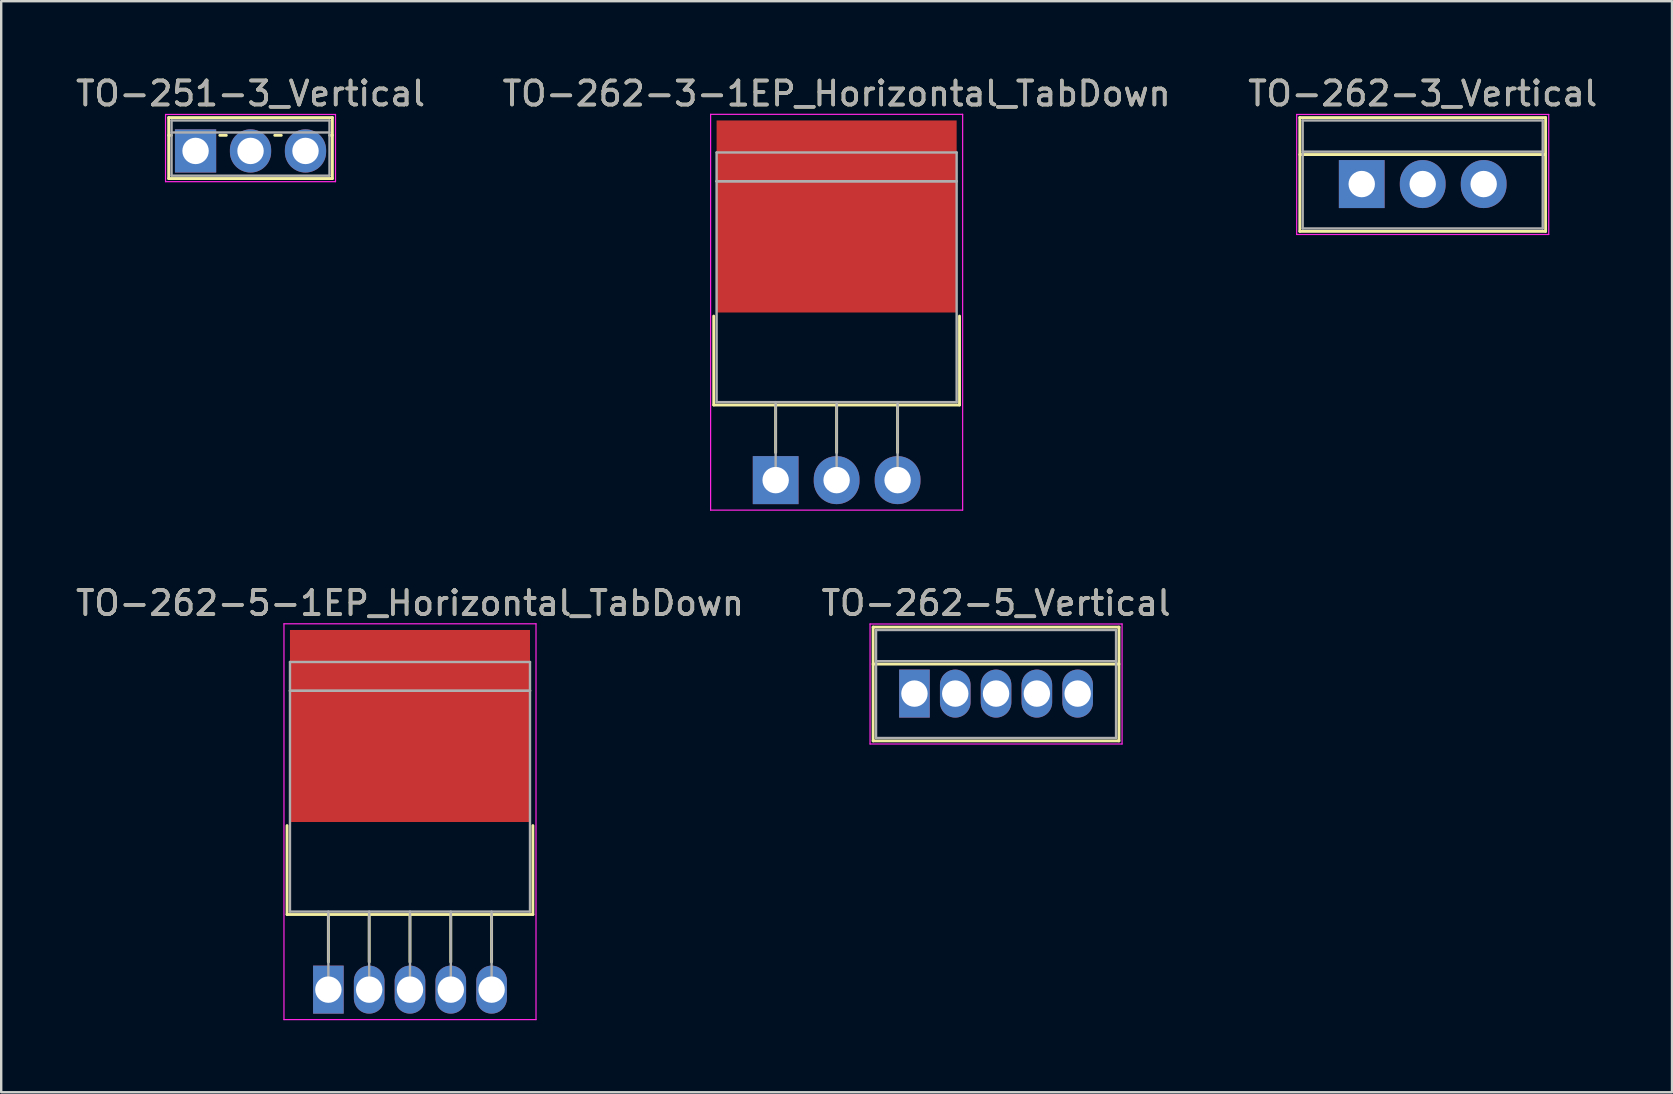
<source format=kicad_pcb>
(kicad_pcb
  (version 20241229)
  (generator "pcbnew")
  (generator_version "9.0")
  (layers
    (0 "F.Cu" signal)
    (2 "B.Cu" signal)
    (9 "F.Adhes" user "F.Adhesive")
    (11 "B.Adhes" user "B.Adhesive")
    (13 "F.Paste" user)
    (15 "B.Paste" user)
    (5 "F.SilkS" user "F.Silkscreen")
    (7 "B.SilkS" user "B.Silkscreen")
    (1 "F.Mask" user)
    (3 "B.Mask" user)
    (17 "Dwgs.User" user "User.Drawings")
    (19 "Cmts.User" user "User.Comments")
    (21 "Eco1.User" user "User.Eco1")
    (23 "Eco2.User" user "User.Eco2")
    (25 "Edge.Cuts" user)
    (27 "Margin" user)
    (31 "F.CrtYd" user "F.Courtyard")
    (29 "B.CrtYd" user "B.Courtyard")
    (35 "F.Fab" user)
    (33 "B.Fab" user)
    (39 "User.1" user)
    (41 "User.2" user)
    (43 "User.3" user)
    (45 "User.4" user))
  (footprint "TO-262-3_Vertical"
    (layer "F.Cu")
    (at 53.68 4.618)
    (property "Reference" "TO-262-3_Vertical" (at 2.54 -3.77 0) (layer "F.SilkS") (effects (font (size 1 1) (thickness 0.15))))
    (attr through_hole)
    (fp_line (start -2.58 -2.77) (end -2.58 1.971) (stroke (width 0.12) (type solid)) (layer "F.SilkS"))
    (fp_line (start -2.58 -2.77) (end 7.66 -2.77) (stroke (width 0.12) (type solid)) (layer "F.SilkS"))
    (fp_line (start -2.58 -1.23) (end 7.66 -1.23) (stroke (width 0.12) (type solid)) (layer "F.SilkS"))
    (fp_line (start -2.58 1.971) (end 7.66 1.971) (stroke (width 0.12) (type solid)) (layer "F.SilkS"))
    (fp_line (start 7.66 -2.77) (end 7.66 1.971) (stroke (width 0.12) (type solid)) (layer "F.SilkS"))
    (fp_line (start -2.71 -2.9) (end -2.71 2.1) (stroke (width 0.05) (type solid)) (layer "F.CrtYd"))
    (fp_line (start -2.71 2.1) (end 7.79 2.1) (stroke (width 0.05) (type solid)) (layer "F.CrtYd"))
    (fp_line (start 7.79 -2.9) (end -2.71 -2.9) (stroke (width 0.05) (type solid)) (layer "F.CrtYd"))
    (fp_line (start 7.79 2.1) (end 7.79 -2.9) (stroke (width 0.05) (type solid)) (layer "F.CrtYd"))
    (fp_line (start -2.46 -2.65) (end -2.46 1.85) (stroke (width 0.1) (type solid)) (layer "F.Fab"))
    (fp_line (start -2.46 -1.35) (end 7.54 -1.35) (stroke (width 0.1) (type solid)) (layer "F.Fab"))
    (fp_line (start -2.46 1.85) (end 7.54 1.85) (stroke (width 0.1) (type solid)) (layer "F.Fab"))
    (fp_line (start 7.54 -2.65) (end -2.46 -2.65) (stroke (width 0.1) (type solid)) (layer "F.Fab"))
    (fp_line (start 7.54 1.85) (end 7.54 -2.65) (stroke (width 0.1) (type solid)) (layer "F.Fab"))
    (fp_text user "${REFERENCE}" (at 2.54 -3.77 0) (layer "F.Fab") (effects (font (size 1 1) (thickness 0.15))))
    (pad "1" thru_hole rect (at 0 0) (size 1.905 2) (drill 1.1) (layers "*.Cu" "*.Mask"))
    (pad "2" thru_hole oval (at 2.54 0) (size 1.905 2) (drill 1.1) (layers "*.Cu" "*.Mask"))
    (pad "3" thru_hole oval (at 5.08 0) (size 1.905 2) (drill 1.1) (layers "*.Cu" "*.Mask")))
  (footprint "TO-262-5-1EP_Horizontal_TabDown"
    (layer "F.Cu")
    (at 10.63 38.178)
    (property "Reference" "TO-262-5-1EP_Horizontal_TabDown" (at 3.4 -16.103 0) (layer "F.SilkS") (effects (font (size 1 1) (thickness 0.15))))
    (attr through_hole)
    (fp_line (start -1.721 -6.834) (end -1.721 -3.13) (stroke (width 0.12) (type solid)) (layer "F.SilkS"))
    (fp_line (start -1.721 -3.13) (end 8.52 -3.13) (stroke (width 0.12) (type solid)) (layer "F.SilkS"))
    (fp_line (start 0 -3.13) (end 0 -1.15) (stroke (width 0.12) (type solid)) (layer "F.SilkS"))
    (fp_line (start 1.7 -3.13) (end 1.7 -1.15) (stroke (width 0.12) (type solid)) (layer "F.SilkS"))
    (fp_line (start 3.4 -3.13) (end 3.4 -1.15) (stroke (width 0.12) (type solid)) (layer "F.SilkS"))
    (fp_line (start 5.1 -3.13) (end 5.1 -1.15) (stroke (width 0.12) (type solid)) (layer "F.SilkS"))
    (fp_line (start 6.8 -3.13) (end 6.8 -1.15) (stroke (width 0.12) (type solid)) (layer "F.SilkS"))
    (fp_line (start 8.52 -6.834) (end 8.52 -3.13) (stroke (width 0.12) (type solid)) (layer "F.SilkS"))
    (fp_line (start -1.85 -15.24) (end -1.85 1.25) (stroke (width 0.05) (type solid)) (layer "F.CrtYd"))
    (fp_line (start -1.85 1.25) (end 8.65 1.25) (stroke (width 0.05) (type solid)) (layer "F.CrtYd"))
    (fp_line (start 8.65 -15.24) (end -1.85 -15.24) (stroke (width 0.05) (type solid)) (layer "F.CrtYd"))
    (fp_line (start 8.65 1.25) (end 8.65 -15.24) (stroke (width 0.05) (type solid)) (layer "F.CrtYd"))
    (fp_line (start -1.6 -13.65) (end 8.4 -13.65) (stroke (width 0.1) (type solid)) (layer "F.Fab"))
    (fp_line (start -1.6 -12.45) (end -1.6 -13.65) (stroke (width 0.1) (type solid)) (layer "F.Fab"))
    (fp_line (start -1.6 -12.45) (end 8.4 -12.45) (stroke (width 0.1) (type solid)) (layer "F.Fab"))
    (fp_line (start -1.6 -3.25) (end -1.6 -12.45) (stroke (width 0.1) (type solid)) (layer "F.Fab"))
    (fp_line (start 0 -3.25) (end 0 0) (stroke (width 0.1) (type solid)) (layer "F.Fab"))
    (fp_line (start 1.7 -3.25) (end 1.7 0) (stroke (width 0.1) (type solid)) (layer "F.Fab"))
    (fp_line (start 3.4 -3.25) (end 3.4 0) (stroke (width 0.1) (type solid)) (layer "F.Fab"))
    (fp_line (start 5.1 -3.25) (end 5.1 0) (stroke (width 0.1) (type solid)) (layer "F.Fab"))
    (fp_line (start 6.8 -3.25) (end 6.8 0) (stroke (width 0.1) (type solid)) (layer "F.Fab"))
    (fp_line (start 8.4 -13.65) (end 8.4 -12.45) (stroke (width 0.1) (type solid)) (layer "F.Fab"))
    (fp_line (start 8.4 -12.45) (end -1.6 -12.45) (stroke (width 0.1) (type solid)) (layer "F.Fab"))
    (fp_line (start 8.4 -12.45) (end 8.4 -3.25) (stroke (width 0.1) (type solid)) (layer "F.Fab"))
    (fp_line (start 8.4 -3.25) (end -1.6 -3.25) (stroke (width 0.1) (type solid)) (layer "F.Fab"))
    (fp_text user "${REFERENCE}" (at 3.4 -16.103 0) (layer "F.Fab") (effects (font (size 1 1) (thickness 0.15))))
    (pad "1" thru_hole rect (at 0 0) (size 1.275 2) (drill 1.1) (layers "*.Cu" "*.Mask"))
    (pad "2" thru_hole oval (at 1.7 0) (size 1.275 2) (drill 1.1) (layers "*.Cu" "*.Mask"))
    (pad "3" thru_hole oval (at 3.4 0) (size 1.275 2) (drill 1.1) (layers "*.Cu" "*.Mask"))
    (pad "4" thru_hole oval (at 5.1 0) (size 1.275 2) (drill 1.1) (layers "*.Cu" "*.Mask"))
    (pad "5" thru_hole oval (at 6.8 0) (size 1.275 2) (drill 1.1) (layers "*.Cu" "*.Mask"))
    (pad "6" smd rect (at 3.4 -10.983) (size 10 8) (layers "F.Cu" "F.Mask" "F.Paste")))
  (footprint "TO-262-5_Vertical"
    (layer "F.Cu")
    (at 35.046 25.845)
    (property "Reference" "TO-262-5_Vertical" (at 3.4 -3.77 0) (layer "F.SilkS") (effects (font (size 1 1) (thickness 0.15))))
    (attr through_hole)
    (fp_line (start -1.721 -2.77) (end -1.721 1.971) (stroke (width 0.12) (type solid)) (layer "F.SilkS"))
    (fp_line (start -1.721 -2.77) (end 8.52 -2.77) (stroke (width 0.12) (type solid)) (layer "F.SilkS"))
    (fp_line (start -1.721 -1.23) (end 8.52 -1.23) (stroke (width 0.12) (type solid)) (layer "F.SilkS"))
    (fp_line (start -1.721 1.971) (end 8.52 1.971) (stroke (width 0.12) (type solid)) (layer "F.SilkS"))
    (fp_line (start 8.52 -2.77) (end 8.52 1.971) (stroke (width 0.12) (type solid)) (layer "F.SilkS"))
    (fp_line (start -1.85 -2.9) (end -1.85 2.1) (stroke (width 0.05) (type solid)) (layer "F.CrtYd"))
    (fp_line (start -1.85 2.1) (end 8.65 2.1) (stroke (width 0.05) (type solid)) (layer "F.CrtYd"))
    (fp_line (start 8.65 -2.9) (end -1.85 -2.9) (stroke (width 0.05) (type solid)) (layer "F.CrtYd"))
    (fp_line (start 8.65 2.1) (end 8.65 -2.9) (stroke (width 0.05) (type solid)) (layer "F.CrtYd"))
    (fp_line (start -1.6 -2.65) (end -1.6 1.85) (stroke (width 0.1) (type solid)) (layer "F.Fab"))
    (fp_line (start -1.6 -1.35) (end 8.4 -1.35) (stroke (width 0.1) (type solid)) (layer "F.Fab"))
    (fp_line (start -1.6 1.85) (end 8.4 1.85) (stroke (width 0.1) (type solid)) (layer "F.Fab"))
    (fp_line (start 8.4 -2.65) (end -1.6 -2.65) (stroke (width 0.1) (type solid)) (layer "F.Fab"))
    (fp_line (start 8.4 1.85) (end 8.4 -2.65) (stroke (width 0.1) (type solid)) (layer "F.Fab"))
    (fp_text user "${REFERENCE}" (at 3.4 -3.77 0) (layer "F.Fab") (effects (font (size 1 1) (thickness 0.15))))
    (pad "1" thru_hole rect (at 0 0) (size 1.275 2) (drill 1.1) (layers "*.Cu" "*.Mask"))
    (pad "2" thru_hole oval (at 1.7 0) (size 1.275 2) (drill 1.1) (layers "*.Cu" "*.Mask"))
    (pad "3" thru_hole oval (at 3.4 0) (size 1.275 2) (drill 1.1) (layers "*.Cu" "*.Mask"))
    (pad "4" thru_hole oval (at 5.1 0) (size 1.275 2) (drill 1.1) (layers "*.Cu" "*.Mask"))
    (pad "5" thru_hole oval (at 6.8 0) (size 1.275 2) (drill 1.1) (layers "*.Cu" "*.Mask")))
  (footprint "TO-251-3_Vertical"
    (layer "F.Cu")
    (at 5.097 3.238)
    (property "Reference" "TO-251-3_Vertical" (at 2.29 -2.39 0) (layer "F.SilkS") (effects (font (size 1 1) (thickness 0.15))))
    (attr through_hole)
    (fp_line (start -1.12 -1.39) (end -1.12 1.15) (stroke (width 0.12) (type solid)) (layer "F.SilkS"))
    (fp_line (start -1.12 -1.39) (end 5.7 -1.39) (stroke (width 0.12) (type solid)) (layer "F.SilkS"))
    (fp_line (start -1.12 -0.651) (end -1.009 -0.651) (stroke (width 0.12) (type solid)) (layer "F.SilkS"))
    (fp_line (start -1.12 1.15) (end 5.7 1.15) (stroke (width 0.12) (type solid)) (layer "F.SilkS"))
    (fp_line (start 1.009 -0.651) (end 1.282 -0.651) (stroke (width 0.12) (type solid)) (layer "F.SilkS"))
    (fp_line (start 3.299 -0.651) (end 3.572 -0.651) (stroke (width 0.12) (type solid)) (layer "F.SilkS"))
    (fp_line (start 5.589 -0.651) (end 5.7 -0.651) (stroke (width 0.12) (type solid)) (layer "F.SilkS"))
    (fp_line (start 5.7 -1.39) (end 5.7 1.15) (stroke (width 0.12) (type solid)) (layer "F.SilkS"))
    (fp_line (start -1.25 -1.52) (end -1.25 1.28) (stroke (width 0.05) (type solid)) (layer "F.CrtYd"))
    (fp_line (start -1.25 1.28) (end 5.83 1.28) (stroke (width 0.05) (type solid)) (layer "F.CrtYd"))
    (fp_line (start 5.83 -1.52) (end -1.25 -1.52) (stroke (width 0.05) (type solid)) (layer "F.CrtYd"))
    (fp_line (start 5.83 1.28) (end 5.83 -1.52) (stroke (width 0.05) (type solid)) (layer "F.CrtYd"))
    (fp_line (start -1 -1.27) (end -1 1.03) (stroke (width 0.1) (type solid)) (layer "F.Fab"))
    (fp_line (start -1 -0.77) (end 5.58 -0.77) (stroke (width 0.1) (type solid)) (layer "F.Fab"))
    (fp_line (start -1 1.03) (end 5.58 1.03) (stroke (width 0.1) (type solid)) (layer "F.Fab"))
    (fp_line (start 5.58 -1.27) (end -1 -1.27) (stroke (width 0.1) (type solid)) (layer "F.Fab"))
    (fp_line (start 5.58 1.03) (end 5.58 -1.27) (stroke (width 0.1) (type solid)) (layer "F.Fab"))
    (fp_text user "${REFERENCE}" (at 2.29 -2.39 0) (layer "F.Fab") (effects (font (size 1 1) (thickness 0.15))))
    (pad "1" thru_hole rect (at 0 0) (size 1.718 1.8) (drill 1.1) (layers "*.Cu" "*.Mask"))
    (pad "2" thru_hole oval (at 2.29 0) (size 1.718 1.8) (drill 1.1) (layers "*.Cu" "*.Mask"))
    (pad "3" thru_hole oval (at 4.58 0) (size 1.718 1.8) (drill 1.1) (layers "*.Cu" "*.Mask")))
  (footprint "TO-262-3-1EP_Horizontal_TabDown"
    (layer "F.Cu")
    (at 29.264 16.952)
    (property "Reference" "TO-262-3-1EP_Horizontal_TabDown" (at 2.54 -16.103 0) (layer "F.SilkS") (effects (font (size 1 1) (thickness 0.15))))
    (attr through_hole)
    (fp_line (start -2.58 -6.834) (end -2.58 -3.13) (stroke (width 0.12) (type solid)) (layer "F.SilkS"))
    (fp_line (start -2.58 -3.13) (end 7.66 -3.13) (stroke (width 0.12) (type solid)) (layer "F.SilkS"))
    (fp_line (start 0 -3.13) (end 0 -1.15) (stroke (width 0.12) (type solid)) (layer "F.SilkS"))
    (fp_line (start 2.54 -3.13) (end 2.54 -1.15) (stroke (width 0.12) (type solid)) (layer "F.SilkS"))
    (fp_line (start 5.08 -3.13) (end 5.08 -1.15) (stroke (width 0.12) (type solid)) (layer "F.SilkS"))
    (fp_line (start 7.66 -6.834) (end 7.66 -3.13) (stroke (width 0.12) (type solid)) (layer "F.SilkS"))
    (fp_line (start -2.71 -15.24) (end -2.71 1.25) (stroke (width 0.05) (type solid)) (layer "F.CrtYd"))
    (fp_line (start -2.71 1.25) (end 7.79 1.25) (stroke (width 0.05) (type solid)) (layer "F.CrtYd"))
    (fp_line (start 7.79 -15.24) (end -2.71 -15.24) (stroke (width 0.05) (type solid)) (layer "F.CrtYd"))
    (fp_line (start 7.79 1.25) (end 7.79 -15.24) (stroke (width 0.05) (type solid)) (layer "F.CrtYd"))
    (fp_line (start -2.46 -13.65) (end 7.54 -13.65) (stroke (width 0.1) (type solid)) (layer "F.Fab"))
    (fp_line (start -2.46 -12.45) (end -2.46 -13.65) (stroke (width 0.1) (type solid)) (layer "F.Fab"))
    (fp_line (start -2.46 -12.45) (end 7.54 -12.45) (stroke (width 0.1) (type solid)) (layer "F.Fab"))
    (fp_line (start -2.46 -3.25) (end -2.46 -12.45) (stroke (width 0.1) (type solid)) (layer "F.Fab"))
    (fp_line (start 0 -3.25) (end 0 0) (stroke (width 0.1) (type solid)) (layer "F.Fab"))
    (fp_line (start 2.54 -3.25) (end 2.54 0) (stroke (width 0.1) (type solid)) (layer "F.Fab"))
    (fp_line (start 5.08 -3.25) (end 5.08 0) (stroke (width 0.1) (type solid)) (layer "F.Fab"))
    (fp_line (start 7.54 -13.65) (end 7.54 -12.45) (stroke (width 0.1) (type solid)) (layer "F.Fab"))
    (fp_line (start 7.54 -12.45) (end -2.46 -12.45) (stroke (width 0.1) (type solid)) (layer "F.Fab"))
    (fp_line (start 7.54 -12.45) (end 7.54 -3.25) (stroke (width 0.1) (type solid)) (layer "F.Fab"))
    (fp_line (start 7.54 -3.25) (end -2.46 -3.25) (stroke (width 0.1) (type solid)) (layer "F.Fab"))
    (fp_text user "${REFERENCE}" (at 2.54 -16.103 0) (layer "F.Fab") (effects (font (size 1 1) (thickness 0.15))))
    (pad "1" thru_hole rect (at 0 0) (size 1.905 2) (drill 1.1) (layers "*.Cu" "*.Mask"))
    (pad "2" thru_hole oval (at 2.54 0) (size 1.905 2) (drill 1.1) (layers "*.Cu" "*.Mask"))
    (pad "3" thru_hole oval (at 5.08 0) (size 1.905 2) (drill 1.1) (layers "*.Cu" "*.Mask"))
    (pad "4" smd rect (at 2.54 -10.983) (size 10 8) (layers "F.Cu" "F.Mask" "F.Paste")))
  (gr_rect
    (start -3 -3)
    (end 66.607 42.453)
    (stroke (width 0.1) (type default))
    (fill no)
    (layer "Edge.Cuts")))
</source>
